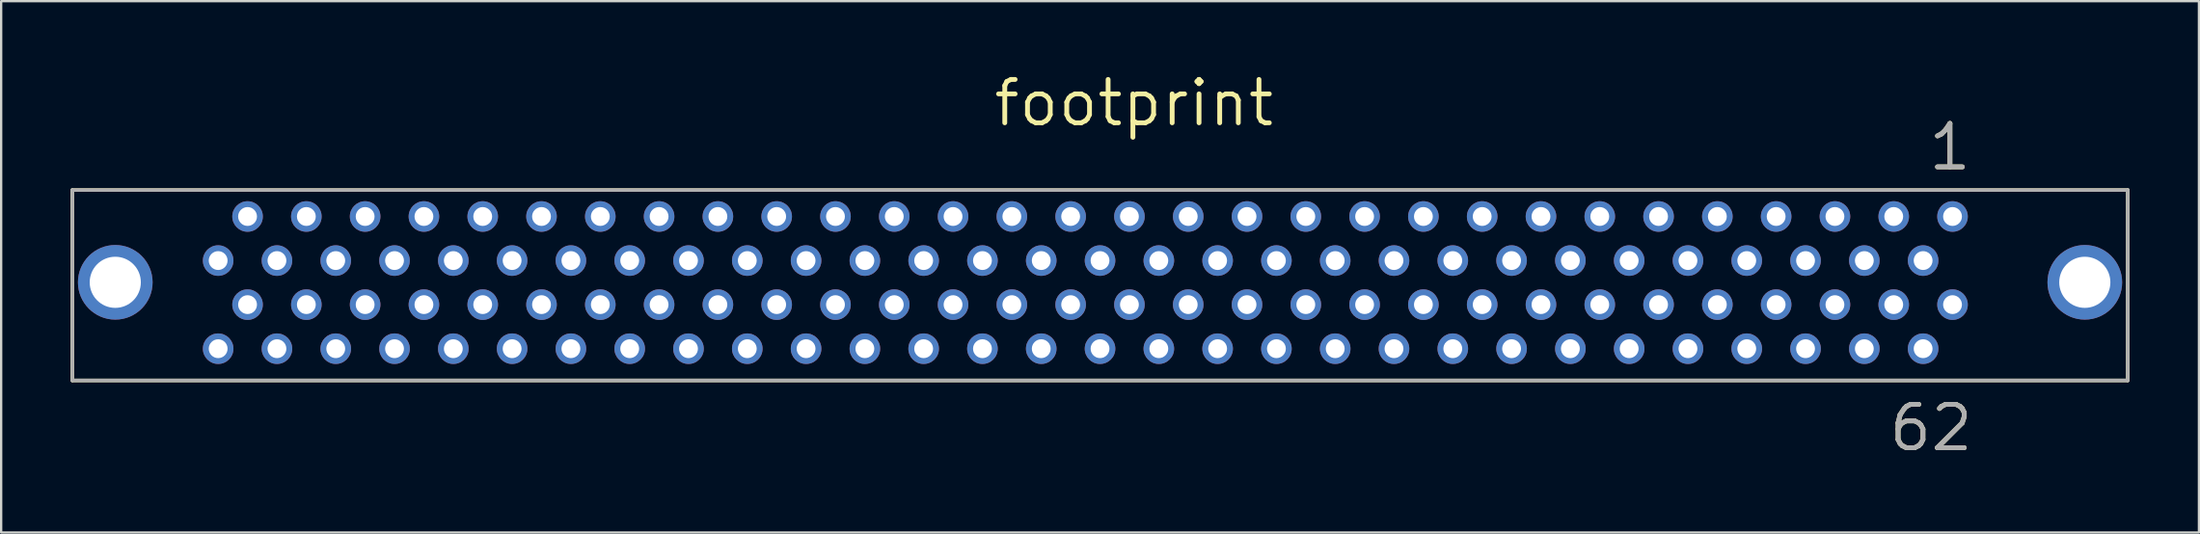
<source format=kicad_pcb>
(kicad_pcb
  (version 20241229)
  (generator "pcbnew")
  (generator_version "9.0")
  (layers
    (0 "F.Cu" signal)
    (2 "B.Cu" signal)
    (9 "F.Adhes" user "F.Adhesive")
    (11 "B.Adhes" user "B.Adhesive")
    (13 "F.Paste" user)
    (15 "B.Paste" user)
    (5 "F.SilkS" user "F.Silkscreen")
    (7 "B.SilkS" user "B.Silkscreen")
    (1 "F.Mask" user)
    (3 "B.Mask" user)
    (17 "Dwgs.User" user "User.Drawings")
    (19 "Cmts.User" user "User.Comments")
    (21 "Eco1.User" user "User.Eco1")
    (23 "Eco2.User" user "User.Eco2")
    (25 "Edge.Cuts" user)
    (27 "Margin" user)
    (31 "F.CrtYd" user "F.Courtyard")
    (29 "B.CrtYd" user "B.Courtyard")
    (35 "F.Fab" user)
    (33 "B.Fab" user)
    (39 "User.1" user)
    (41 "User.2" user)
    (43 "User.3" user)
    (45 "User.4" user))
  (footprint "footprint"
    (layer "F.Cu")
    (at 44.475 5.166)
    (property "Reference" "footprint" (at -4.699 -2.667 0) (layer "F.SilkS") (effects (font (size 1.875 1.875) (thickness 0.208)) (justify left bottom)))
    (fp_line (start -44.399 0) (end -44.399 8.23) (stroke (width 0.152) (type solid)) (layer "F.SilkS"))
    (fp_line (start -44.399 8.23) (end 44.399 8.23) (stroke (width 0.152) (type solid)) (layer "F.SilkS"))
    (fp_line (start 44.399 0) (end -44.399 0) (stroke (width 0.152) (type solid)) (layer "F.SilkS"))
    (fp_line (start 44.399 8.23) (end 44.399 0) (stroke (width 0.152) (type solid)) (layer "F.SilkS"))
    (fp_line (start -44.399 0) (end -44.399 8.23) (stroke (width 0.152) (type solid)) (layer "F.Fab"))
    (fp_line (start -44.399 8.23) (end 44.399 8.23) (stroke (width 0.152) (type solid)) (layer "F.Fab"))
    (fp_line (start 44.399 0) (end -44.399 0) (stroke (width 0.152) (type solid)) (layer "F.Fab"))
    (fp_line (start 44.399 8.23) (end 44.399 0) (stroke (width 0.152) (type solid)) (layer "F.Fab"))
    (fp_text user "1" (at 35.687 -0.762 0) (layer "F.SilkS") (effects (font (size 1.875 1.875) (thickness 0.208)) (justify left bottom)))
    (fp_text user "62" (at 33.985 11.379 0) (layer "F.SilkS") (effects (font (size 1.875 1.875) (thickness 0.208)) (justify left bottom)))
    (fp_text user "62" (at 33.985 11.379 0) (layer "F.Fab") (effects (font (size 1.875 1.875) (thickness 0.208)) (justify left bottom)))
    (fp_text user "1" (at 35.687 -0.762 0) (layer "F.Fab") (effects (font (size 1.875 1.875) (thickness 0.208)) (justify left bottom)))
    (pad "1" thru_hole circle (at 36.83 1.143) (size 1.321 1.321) (drill 0.813) (layers "*.Cu" "*.Mask"))
    (pad "2" thru_hole circle (at 35.56 3.048) (size 1.321 1.321) (drill 0.813) (layers "*.Cu" "*.Mask"))
    (pad "3" thru_hole circle (at 34.29 1.143) (size 1.321 1.321) (drill 0.813) (layers "*.Cu" "*.Mask"))
    (pad "4" thru_hole circle (at 33.02 3.048) (size 1.321 1.321) (drill 0.813) (layers "*.Cu" "*.Mask"))
    (pad "5" thru_hole circle (at 31.75 1.143) (size 1.321 1.321) (drill 0.813) (layers "*.Cu" "*.Mask"))
    (pad "6" thru_hole circle (at 30.48 3.048) (size 1.321 1.321) (drill 0.813) (layers "*.Cu" "*.Mask"))
    (pad "7" thru_hole circle (at 29.21 1.143) (size 1.321 1.321) (drill 0.813) (layers "*.Cu" "*.Mask"))
    (pad "8" thru_hole circle (at 27.94 3.048) (size 1.321 1.321) (drill 0.813) (layers "*.Cu" "*.Mask"))
    (pad "9" thru_hole circle (at 26.67 1.143) (size 1.321 1.321) (drill 0.813) (layers "*.Cu" "*.Mask"))
    (pad "10" thru_hole circle (at 25.4 3.048) (size 1.321 1.321) (drill 0.813) (layers "*.Cu" "*.Mask"))
    (pad "11" thru_hole circle (at 24.13 1.143) (size 1.321 1.321) (drill 0.813) (layers "*.Cu" "*.Mask"))
    (pad "12" thru_hole circle (at 22.86 3.048) (size 1.321 1.321) (drill 0.813) (layers "*.Cu" "*.Mask"))
    (pad "13" thru_hole circle (at 21.59 1.143) (size 1.321 1.321) (drill 0.813) (layers "*.Cu" "*.Mask"))
    (pad "14" thru_hole circle (at 20.32 3.048) (size 1.321 1.321) (drill 0.813) (layers "*.Cu" "*.Mask"))
    (pad "15" thru_hole circle (at 19.05 1.143) (size 1.321 1.321) (drill 0.813) (layers "*.Cu" "*.Mask"))
    (pad "16" thru_hole circle (at 17.78 3.048) (size 1.321 1.321) (drill 0.813) (layers "*.Cu" "*.Mask"))
    (pad "17" thru_hole circle (at 16.51 1.143) (size 1.321 1.321) (drill 0.813) (layers "*.Cu" "*.Mask"))
    (pad "18" thru_hole circle (at 15.24 3.048) (size 1.321 1.321) (drill 0.813) (layers "*.Cu" "*.Mask"))
    (pad "19" thru_hole circle (at 13.97 1.143) (size 1.321 1.321) (drill 0.813) (layers "*.Cu" "*.Mask"))
    (pad "20" thru_hole circle (at 12.7 3.048) (size 1.321 1.321) (drill 0.813) (layers "*.Cu" "*.Mask"))
    (pad "21" thru_hole circle (at 11.43 1.143) (size 1.321 1.321) (drill 0.813) (layers "*.Cu" "*.Mask"))
    (pad "22" thru_hole circle (at 10.16 3.048) (size 1.321 1.321) (drill 0.813) (layers "*.Cu" "*.Mask"))
    (pad "23" thru_hole circle (at 8.89 1.143) (size 1.321 1.321) (drill 0.813) (layers "*.Cu" "*.Mask"))
    (pad "24" thru_hole circle (at 7.62 3.048) (size 1.321 1.321) (drill 0.813) (layers "*.Cu" "*.Mask"))
    (pad "25" thru_hole circle (at 6.35 1.143) (size 1.321 1.321) (drill 0.813) (layers "*.Cu" "*.Mask"))
    (pad "26" thru_hole circle (at 5.08 3.048) (size 1.321 1.321) (drill 0.813) (layers "*.Cu" "*.Mask"))
    (pad "27" thru_hole circle (at 3.81 1.143) (size 1.321 1.321) (drill 0.813) (layers "*.Cu" "*.Mask"))
    (pad "28" thru_hole circle (at 2.54 3.048) (size 1.321 1.321) (drill 0.813) (layers "*.Cu" "*.Mask"))
    (pad "29" thru_hole circle (at 1.27 1.143) (size 1.321 1.321) (drill 0.813) (layers "*.Cu" "*.Mask"))
    (pad "30" thru_hole circle (at 0 3.048) (size 1.321 1.321) (drill 0.813) (layers "*.Cu" "*.Mask"))
    (pad "31" thru_hole circle (at -1.27 1.143) (size 1.321 1.321) (drill 0.813) (layers "*.Cu" "*.Mask"))
    (pad "32" thru_hole circle (at -2.54 3.048) (size 1.321 1.321) (drill 0.813) (layers "*.Cu" "*.Mask"))
    (pad "33" thru_hole circle (at -3.81 1.143) (size 1.321 1.321) (drill 0.813) (layers "*.Cu" "*.Mask"))
    (pad "34" thru_hole circle (at -5.08 3.048) (size 1.321 1.321) (drill 0.813) (layers "*.Cu" "*.Mask"))
    (pad "35" thru_hole circle (at -6.35 1.143) (size 1.321 1.321) (drill 0.813) (layers "*.Cu" "*.Mask"))
    (pad "36" thru_hole circle (at -7.62 3.048) (size 1.321 1.321) (drill 0.813) (layers "*.Cu" "*.Mask"))
    (pad "37" thru_hole circle (at -8.89 1.143) (size 1.321 1.321) (drill 0.813) (layers "*.Cu" "*.Mask"))
    (pad "38" thru_hole circle (at -10.16 3.048) (size 1.321 1.321) (drill 0.813) (layers "*.Cu" "*.Mask"))
    (pad "39" thru_hole circle (at -11.43 1.143) (size 1.321 1.321) (drill 0.813) (layers "*.Cu" "*.Mask"))
    (pad "40" thru_hole circle (at -12.7 3.048) (size 1.321 1.321) (drill 0.813) (layers "*.Cu" "*.Mask"))
    (pad "41" thru_hole circle (at -13.97 1.143) (size 1.321 1.321) (drill 0.813) (layers "*.Cu" "*.Mask"))
    (pad "42" thru_hole circle (at -15.24 3.048) (size 1.321 1.321) (drill 0.813) (layers "*.Cu" "*.Mask"))
    (pad "43" thru_hole circle (at -16.51 1.143) (size 1.321 1.321) (drill 0.813) (layers "*.Cu" "*.Mask"))
    (pad "44" thru_hole circle (at -17.78 3.048) (size 1.321 1.321) (drill 0.813) (layers "*.Cu" "*.Mask"))
    (pad "45" thru_hole circle (at -19.05 1.143) (size 1.321 1.321) (drill 0.813) (layers "*.Cu" "*.Mask"))
    (pad "46" thru_hole circle (at -20.32 3.048) (size 1.321 1.321) (drill 0.813) (layers "*.Cu" "*.Mask"))
    (pad "47" thru_hole circle (at -21.59 1.143) (size 1.321 1.321) (drill 0.813) (layers "*.Cu" "*.Mask"))
    (pad "48" thru_hole circle (at -22.86 3.048) (size 1.321 1.321) (drill 0.813) (layers "*.Cu" "*.Mask"))
    (pad "49" thru_hole circle (at -24.13 1.143) (size 1.321 1.321) (drill 0.813) (layers "*.Cu" "*.Mask"))
    (pad "50" thru_hole circle (at -25.4 3.048) (size 1.321 1.321) (drill 0.813) (layers "*.Cu" "*.Mask"))
    (pad "51" thru_hole circle (at -26.67 1.143) (size 1.321 1.321) (drill 0.813) (layers "*.Cu" "*.Mask"))
    (pad "52" thru_hole circle (at -27.94 3.048) (size 1.321 1.321) (drill 0.813) (layers "*.Cu" "*.Mask"))
    (pad "53" thru_hole circle (at -29.21 1.143) (size 1.321 1.321) (drill 0.813) (layers "*.Cu" "*.Mask"))
    (pad "54" thru_hole circle (at -30.48 3.048) (size 1.321 1.321) (drill 0.813) (layers "*.Cu" "*.Mask"))
    (pad "55" thru_hole circle (at -31.75 1.143) (size 1.321 1.321) (drill 0.813) (layers "*.Cu" "*.Mask"))
    (pad "56" thru_hole circle (at -33.02 3.048) (size 1.321 1.321) (drill 0.813) (layers "*.Cu" "*.Mask"))
    (pad "57" thru_hole circle (at -34.29 1.143) (size 1.321 1.321) (drill 0.813) (layers "*.Cu" "*.Mask"))
    (pad "58" thru_hole circle (at -35.56 3.048) (size 1.321 1.321) (drill 0.813) (layers "*.Cu" "*.Mask"))
    (pad "59" thru_hole circle (at -36.83 1.143) (size 1.321 1.321) (drill 0.813) (layers "*.Cu" "*.Mask"))
    (pad "60" thru_hole circle (at -38.1 3.048) (size 1.321 1.321) (drill 0.813) (layers "*.Cu" "*.Mask"))
    (pad "61" thru_hole circle (at 36.83 4.953) (size 1.321 1.321) (drill 0.813) (layers "*.Cu" "*.Mask"))
    (pad "62" thru_hole circle (at 35.56 6.858) (size 1.321 1.321) (drill 0.813) (layers "*.Cu" "*.Mask"))
    (pad "63" thru_hole circle (at 34.29 4.953) (size 1.321 1.321) (drill 0.813) (layers "*.Cu" "*.Mask"))
    (pad "64" thru_hole circle (at 33.02 6.858) (size 1.321 1.321) (drill 0.813) (layers "*.Cu" "*.Mask"))
    (pad "65" thru_hole circle (at 31.75 4.953) (size 1.321 1.321) (drill 0.813) (layers "*.Cu" "*.Mask"))
    (pad "66" thru_hole circle (at 30.48 6.858) (size 1.321 1.321) (drill 0.813) (layers "*.Cu" "*.Mask"))
    (pad "67" thru_hole circle (at 29.21 4.953) (size 1.321 1.321) (drill 0.813) (layers "*.Cu" "*.Mask"))
    (pad "68" thru_hole circle (at 27.94 6.858) (size 1.321 1.321) (drill 0.813) (layers "*.Cu" "*.Mask"))
    (pad "69" thru_hole circle (at 26.67 4.953) (size 1.321 1.321) (drill 0.813) (layers "*.Cu" "*.Mask"))
    (pad "70" thru_hole circle (at 25.4 6.858) (size 1.321 1.321) (drill 0.813) (layers "*.Cu" "*.Mask"))
    (pad "71" thru_hole circle (at 24.13 4.953) (size 1.321 1.321) (drill 0.813) (layers "*.Cu" "*.Mask"))
    (pad "72" thru_hole circle (at 22.86 6.858) (size 1.321 1.321) (drill 0.813) (layers "*.Cu" "*.Mask"))
    (pad "73" thru_hole circle (at 21.59 4.953) (size 1.321 1.321) (drill 0.813) (layers "*.Cu" "*.Mask"))
    (pad "74" thru_hole circle (at 20.32 6.858) (size 1.321 1.321) (drill 0.813) (layers "*.Cu" "*.Mask"))
    (pad "75" thru_hole circle (at 19.05 4.953) (size 1.321 1.321) (drill 0.813) (layers "*.Cu" "*.Mask"))
    (pad "76" thru_hole circle (at 17.78 6.858) (size 1.321 1.321) (drill 0.813) (layers "*.Cu" "*.Mask"))
    (pad "77" thru_hole circle (at 16.51 4.953) (size 1.321 1.321) (drill 0.813) (layers "*.Cu" "*.Mask"))
    (pad "78" thru_hole circle (at 15.24 6.858) (size 1.321 1.321) (drill 0.813) (layers "*.Cu" "*.Mask"))
    (pad "79" thru_hole circle (at 13.97 4.953) (size 1.321 1.321) (drill 0.813) (layers "*.Cu" "*.Mask"))
    (pad "80" thru_hole circle (at 12.7 6.858) (size 1.321 1.321) (drill 0.813) (layers "*.Cu" "*.Mask"))
    (pad "81" thru_hole circle (at 11.43 4.953) (size 1.321 1.321) (drill 0.813) (layers "*.Cu" "*.Mask"))
    (pad "82" thru_hole circle (at 10.16 6.858) (size 1.321 1.321) (drill 0.813) (layers "*.Cu" "*.Mask"))
    (pad "83" thru_hole circle (at 8.89 4.953) (size 1.321 1.321) (drill 0.813) (layers "*.Cu" "*.Mask"))
    (pad "84" thru_hole circle (at 7.62 6.858) (size 1.321 1.321) (drill 0.813) (layers "*.Cu" "*.Mask"))
    (pad "85" thru_hole circle (at 6.35 4.953) (size 1.321 1.321) (drill 0.813) (layers "*.Cu" "*.Mask"))
    (pad "86" thru_hole circle (at 5.08 6.858) (size 1.321 1.321) (drill 0.813) (layers "*.Cu" "*.Mask"))
    (pad "87" thru_hole circle (at 3.81 4.953) (size 1.321 1.321) (drill 0.813) (layers "*.Cu" "*.Mask"))
    (pad "88" thru_hole circle (at 2.54 6.858) (size 1.321 1.321) (drill 0.813) (layers "*.Cu" "*.Mask"))
    (pad "89" thru_hole circle (at 1.27 4.953) (size 1.321 1.321) (drill 0.813) (layers "*.Cu" "*.Mask"))
    (pad "90" thru_hole circle (at 0 6.858) (size 1.321 1.321) (drill 0.813) (layers "*.Cu" "*.Mask"))
    (pad "91" thru_hole circle (at -1.27 4.953) (size 1.321 1.321) (drill 0.813) (layers "*.Cu" "*.Mask"))
    (pad "92" thru_hole circle (at -2.54 6.858) (size 1.321 1.321) (drill 0.813) (layers "*.Cu" "*.Mask"))
    (pad "93" thru_hole circle (at -3.81 4.953) (size 1.321 1.321) (drill 0.813) (layers "*.Cu" "*.Mask"))
    (pad "94" thru_hole circle (at -5.08 6.858) (size 1.321 1.321) (drill 0.813) (layers "*.Cu" "*.Mask"))
    (pad "95" thru_hole circle (at -6.35 4.953) (size 1.321 1.321) (drill 0.813) (layers "*.Cu" "*.Mask"))
    (pad "96" thru_hole circle (at -7.62 6.858) (size 1.321 1.321) (drill 0.813) (layers "*.Cu" "*.Mask"))
    (pad "97" thru_hole circle (at -8.89 4.953) (size 1.321 1.321) (drill 0.813) (layers "*.Cu" "*.Mask"))
    (pad "98" thru_hole circle (at -10.16 6.858) (size 1.321 1.321) (drill 0.813) (layers "*.Cu" "*.Mask"))
    (pad "99" thru_hole circle (at -11.43 4.953) (size 1.321 1.321) (drill 0.813) (layers "*.Cu" "*.Mask"))
    (pad "100" thru_hole circle (at -12.7 6.858) (size 1.321 1.321) (drill 0.813) (layers "*.Cu" "*.Mask"))
    (pad "101" thru_hole circle (at -13.97 4.953) (size 1.321 1.321) (drill 0.813) (layers "*.Cu" "*.Mask"))
    (pad "102" thru_hole circle (at -15.24 6.858) (size 1.321 1.321) (drill 0.813) (layers "*.Cu" "*.Mask"))
    (pad "103" thru_hole circle (at -16.51 4.953) (size 1.321 1.321) (drill 0.813) (layers "*.Cu" "*.Mask"))
    (pad "104" thru_hole circle (at -17.78 6.858) (size 1.321 1.321) (drill 0.813) (layers "*.Cu" "*.Mask"))
    (pad "105" thru_hole circle (at -19.05 4.953) (size 1.321 1.321) (drill 0.813) (layers "*.Cu" "*.Mask"))
    (pad "106" thru_hole circle (at -20.32 6.858) (size 1.321 1.321) (drill 0.813) (layers "*.Cu" "*.Mask"))
    (pad "107" thru_hole circle (at -21.59 4.953) (size 1.321 1.321) (drill 0.813) (layers "*.Cu" "*.Mask"))
    (pad "108" thru_hole circle (at -22.86 6.858) (size 1.321 1.321) (drill 0.813) (layers "*.Cu" "*.Mask"))
    (pad "109" thru_hole circle (at -24.13 4.953) (size 1.321 1.321) (drill 0.813) (layers "*.Cu" "*.Mask"))
    (pad "110" thru_hole circle (at -25.4 6.858) (size 1.321 1.321) (drill 0.813) (layers "*.Cu" "*.Mask"))
    (pad "111" thru_hole circle (at -26.67 4.953) (size 1.321 1.321) (drill 0.813) (layers "*.Cu" "*.Mask"))
    (pad "112" thru_hole circle (at -27.94 6.858) (size 1.321 1.321) (drill 0.813) (layers "*.Cu" "*.Mask"))
    (pad "113" thru_hole circle (at -29.21 4.953) (size 1.321 1.321) (drill 0.813) (layers "*.Cu" "*.Mask"))
    (pad "114" thru_hole circle (at -30.48 6.858) (size 1.321 1.321) (drill 0.813) (layers "*.Cu" "*.Mask"))
    (pad "115" thru_hole circle (at -31.75 4.953) (size 1.321 1.321) (drill 0.813) (layers "*.Cu" "*.Mask"))
    (pad "116" thru_hole circle (at -33.02 6.858) (size 1.321 1.321) (drill 0.813) (layers "*.Cu" "*.Mask"))
    (pad "117" thru_hole circle (at -34.29 4.953) (size 1.321 1.321) (drill 0.813) (layers "*.Cu" "*.Mask"))
    (pad "118" thru_hole circle (at -35.56 6.858) (size 1.321 1.321) (drill 0.813) (layers "*.Cu" "*.Mask"))
    (pad "119" thru_hole circle (at -36.83 4.953) (size 1.321 1.321) (drill 0.813) (layers "*.Cu" "*.Mask"))
    (pad "120" thru_hole circle (at -38.1 6.858) (size 1.321 1.321) (drill 0.813) (layers "*.Cu" "*.Mask"))
    (pad "121" thru_hole circle (at -42.545 3.988) (size 3.226 3.226) (drill 2.21) (layers "*.Cu" "*.Mask"))
    (pad "122" thru_hole circle (at 42.545 3.988) (size 3.226 3.226) (drill 2.21) (layers "*.Cu" "*.Mask")))
  (gr_rect
    (start -3 -3)
    (end 91.951 19.97)
    (stroke (width 0.1) (type default))
    (fill no)
    (layer "Edge.Cuts")))
</source>
